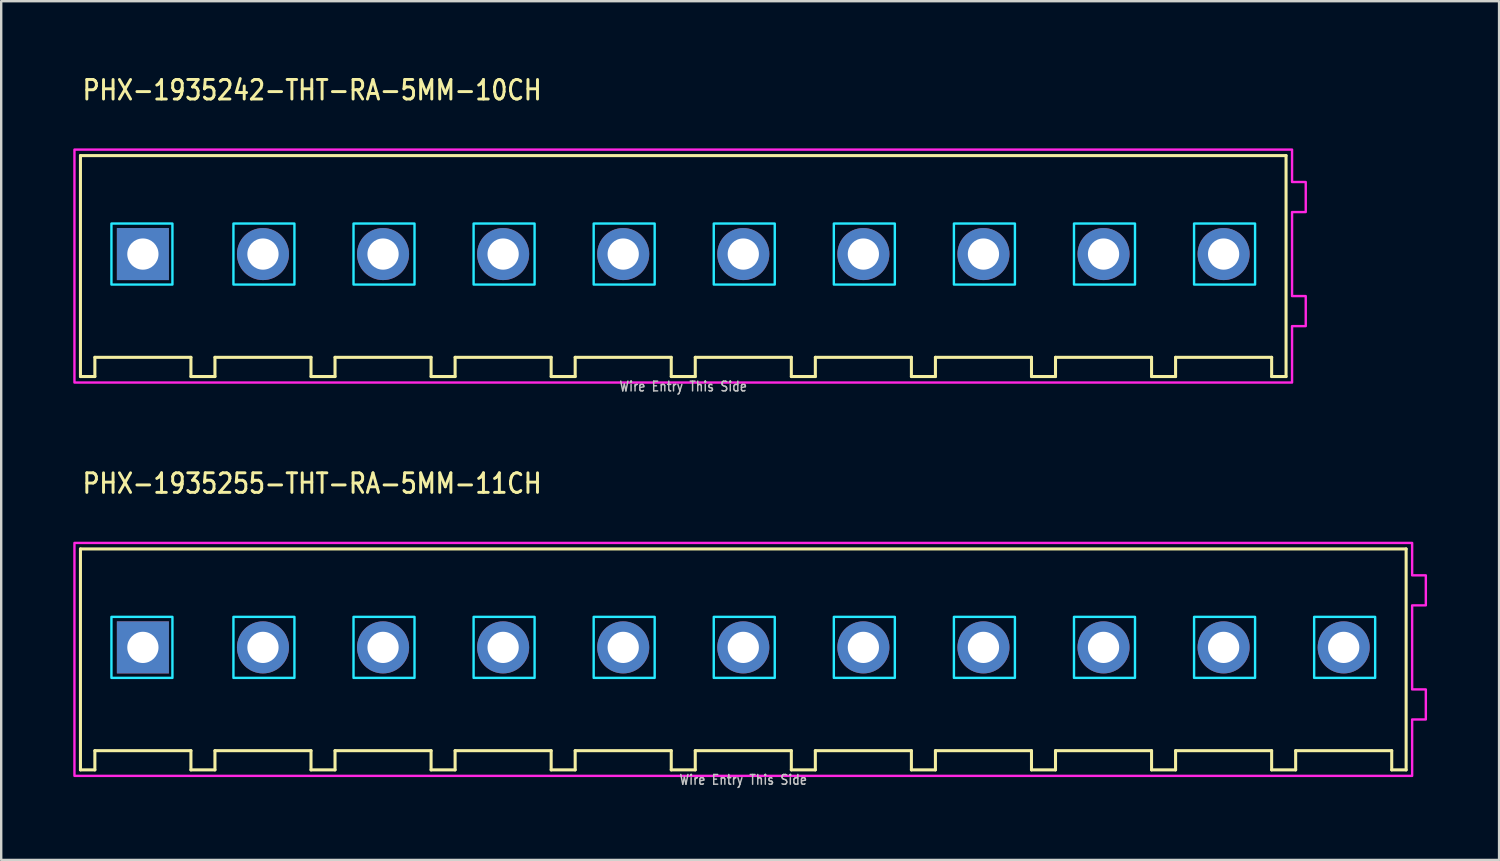
<source format=kicad_pcb>
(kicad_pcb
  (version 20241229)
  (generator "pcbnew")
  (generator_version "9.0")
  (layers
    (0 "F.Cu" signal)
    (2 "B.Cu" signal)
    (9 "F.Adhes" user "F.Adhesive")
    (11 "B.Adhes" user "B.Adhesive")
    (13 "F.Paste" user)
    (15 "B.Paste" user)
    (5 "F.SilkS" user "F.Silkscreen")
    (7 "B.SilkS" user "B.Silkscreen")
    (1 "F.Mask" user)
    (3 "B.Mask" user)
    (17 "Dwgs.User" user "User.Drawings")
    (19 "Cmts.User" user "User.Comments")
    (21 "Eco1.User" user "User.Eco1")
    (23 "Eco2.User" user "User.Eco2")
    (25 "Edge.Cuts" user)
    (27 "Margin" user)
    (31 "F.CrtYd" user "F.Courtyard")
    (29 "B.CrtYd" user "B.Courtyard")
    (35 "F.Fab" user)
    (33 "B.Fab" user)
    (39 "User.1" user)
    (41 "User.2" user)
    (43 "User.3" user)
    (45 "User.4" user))
  (footprint "PHX-1935255-THT-RA-5MM-11CH"
    (layer "F.Cu")
    (at 27.9 23.907)
    (property "Reference" "PHX-1935255-THT-RA-5MM-11CH" (at -27.58 -6.35 0) (unlocked yes) (layer "F.SilkS") (effects (font (size 0.813 0.695) (thickness 0.122)) (justify left bottom)))
    (fp_line (start -27.6 -4.1) (end -27.6 5.1) (stroke (width 0.127) (type solid)) (layer "F.SilkS"))
    (fp_line (start -27.6 5.1) (end -27 5.1) (stroke (width 0.127) (type solid)) (layer "F.SilkS"))
    (fp_line (start -27 4.3) (end -23 4.3) (stroke (width 0.127) (type solid)) (layer "F.SilkS"))
    (fp_line (start -27 5.1) (end -27 4.3) (stroke (width 0.127) (type solid)) (layer "F.SilkS"))
    (fp_line (start -23 4.3) (end -23 5.1) (stroke (width 0.127) (type solid)) (layer "F.SilkS"))
    (fp_line (start -23 5.1) (end -22 5.1) (stroke (width 0.127) (type solid)) (layer "F.SilkS"))
    (fp_line (start -22 4.3) (end -18 4.3) (stroke (width 0.127) (type solid)) (layer "F.SilkS"))
    (fp_line (start -22 5.1) (end -22 4.3) (stroke (width 0.127) (type solid)) (layer "F.SilkS"))
    (fp_line (start -18 4.3) (end -18 5.1) (stroke (width 0.127) (type solid)) (layer "F.SilkS"))
    (fp_line (start -18 5.1) (end -17 5.1) (stroke (width 0.127) (type solid)) (layer "F.SilkS"))
    (fp_line (start -17 4.3) (end -13 4.3) (stroke (width 0.127) (type solid)) (layer "F.SilkS"))
    (fp_line (start -17 5.1) (end -17 4.3) (stroke (width 0.127) (type solid)) (layer "F.SilkS"))
    (fp_line (start -13 4.3) (end -13 5.1) (stroke (width 0.127) (type solid)) (layer "F.SilkS"))
    (fp_line (start -13 5.1) (end -12 5.1) (stroke (width 0.127) (type solid)) (layer "F.SilkS"))
    (fp_line (start -12 4.3) (end -8 4.3) (stroke (width 0.127) (type solid)) (layer "F.SilkS"))
    (fp_line (start -12 5.1) (end -12 4.3) (stroke (width 0.127) (type solid)) (layer "F.SilkS"))
    (fp_line (start -8 4.3) (end -8 5.1) (stroke (width 0.127) (type solid)) (layer "F.SilkS"))
    (fp_line (start -8 5.1) (end -7 5.1) (stroke (width 0.127) (type solid)) (layer "F.SilkS"))
    (fp_line (start -7 4.3) (end -3 4.3) (stroke (width 0.127) (type solid)) (layer "F.SilkS"))
    (fp_line (start -7 5.1) (end -7 4.3) (stroke (width 0.127) (type solid)) (layer "F.SilkS"))
    (fp_line (start -3 4.3) (end -3 5.1) (stroke (width 0.127) (type solid)) (layer "F.SilkS"))
    (fp_line (start -3 5.1) (end -2 5.1) (stroke (width 0.127) (type solid)) (layer "F.SilkS"))
    (fp_line (start -2 4.3) (end 2 4.3) (stroke (width 0.127) (type solid)) (layer "F.SilkS"))
    (fp_line (start -2 5.1) (end -2 4.3) (stroke (width 0.127) (type solid)) (layer "F.SilkS"))
    (fp_line (start 2 4.3) (end 2 5.1) (stroke (width 0.127) (type solid)) (layer "F.SilkS"))
    (fp_line (start 2 5.1) (end 3 5.1) (stroke (width 0.127) (type solid)) (layer "F.SilkS"))
    (fp_line (start 3 4.3) (end 7 4.3) (stroke (width 0.127) (type solid)) (layer "F.SilkS"))
    (fp_line (start 3 5.1) (end 3 4.3) (stroke (width 0.127) (type solid)) (layer "F.SilkS"))
    (fp_line (start 7 4.3) (end 7 5.1) (stroke (width 0.127) (type solid)) (layer "F.SilkS"))
    (fp_line (start 7 5.1) (end 8 5.1) (stroke (width 0.127) (type solid)) (layer "F.SilkS"))
    (fp_line (start 8 4.3) (end 12 4.3) (stroke (width 0.127) (type solid)) (layer "F.SilkS"))
    (fp_line (start 8 5.1) (end 8 4.3) (stroke (width 0.127) (type solid)) (layer "F.SilkS"))
    (fp_line (start 12 4.3) (end 12 5.1) (stroke (width 0.127) (type solid)) (layer "F.SilkS"))
    (fp_line (start 12 5.1) (end 13 5.1) (stroke (width 0.127) (type solid)) (layer "F.SilkS"))
    (fp_line (start 13 4.3) (end 17 4.3) (stroke (width 0.127) (type solid)) (layer "F.SilkS"))
    (fp_line (start 13 5.1) (end 13 4.3) (stroke (width 0.127) (type solid)) (layer "F.SilkS"))
    (fp_line (start 17 4.3) (end 17 5.1) (stroke (width 0.127) (type solid)) (layer "F.SilkS"))
    (fp_line (start 17 5.1) (end 18 5.1) (stroke (width 0.127) (type solid)) (layer "F.SilkS"))
    (fp_line (start 18 4.3) (end 22 4.3) (stroke (width 0.127) (type solid)) (layer "F.SilkS"))
    (fp_line (start 18 5.1) (end 18 4.3) (stroke (width 0.127) (type solid)) (layer "F.SilkS"))
    (fp_line (start 22 4.3) (end 22 5.1) (stroke (width 0.127) (type solid)) (layer "F.SilkS"))
    (fp_line (start 22 5.1) (end 23 5.1) (stroke (width 0.127) (type solid)) (layer "F.SilkS"))
    (fp_line (start 23 4.3) (end 27 4.3) (stroke (width 0.127) (type solid)) (layer "F.SilkS"))
    (fp_line (start 23 5.1) (end 23 4.3) (stroke (width 0.127) (type solid)) (layer "F.SilkS"))
    (fp_line (start 27 4.3) (end 27 5.1) (stroke (width 0.127) (type solid)) (layer "F.SilkS"))
    (fp_line (start 27 5.1) (end 27.6 5.1) (stroke (width 0.127) (type solid)) (layer "F.SilkS"))
    (fp_line (start 27.6 -4.1) (end -27.6 -4.1) (stroke (width 0.127) (type solid)) (layer "F.SilkS"))
    (fp_line (start 27.6 5.1) (end 27.6 -4.1) (stroke (width 0.127) (type solid)) (layer "F.SilkS"))
    (fp_poly (pts (xy -26.31 -1.27) (xy -23.77 -1.27) (xy -23.77 1.27) (xy -26.31 1.27)) (stroke (width 0.1) (type solid)) (fill no) (layer "B.CrtYd"))
    (fp_poly (pts (xy -21.23 -1.27) (xy -18.69 -1.27) (xy -18.69 1.27) (xy -21.23 1.27)) (stroke (width 0.1) (type solid)) (fill no) (layer "B.CrtYd"))
    (fp_poly (pts (xy -16.23 -1.27) (xy -13.69 -1.27) (xy -13.69 1.27) (xy -16.23 1.27)) (stroke (width 0.1) (type solid)) (fill no) (layer "B.CrtYd"))
    (fp_poly (pts (xy -11.23 -1.27) (xy -8.69 -1.27) (xy -8.69 1.27) (xy -11.23 1.27)) (stroke (width 0.1) (type solid)) (fill no) (layer "B.CrtYd"))
    (fp_poly (pts (xy -6.23 -1.27) (xy -3.69 -1.27) (xy -3.69 1.27) (xy -6.23 1.27)) (stroke (width 0.1) (type solid)) (fill no) (layer "B.CrtYd"))
    (fp_poly (pts (xy -1.23 -1.27) (xy 1.31 -1.27) (xy 1.31 1.27) (xy -1.23 1.27)) (stroke (width 0.1) (type solid)) (fill no) (layer "B.CrtYd"))
    (fp_poly (pts (xy 3.77 -1.27) (xy 6.31 -1.27) (xy 6.31 1.27) (xy 3.77 1.27)) (stroke (width 0.1) (type solid)) (fill no) (layer "B.CrtYd"))
    (fp_poly (pts (xy 8.77 -1.27) (xy 11.31 -1.27) (xy 11.31 1.27) (xy 8.77 1.27)) (stroke (width 0.1) (type solid)) (fill no) (layer "B.CrtYd"))
    (fp_poly (pts (xy 13.77 -1.27) (xy 16.31 -1.27) (xy 16.31 1.27) (xy 13.77 1.27)) (stroke (width 0.1) (type solid)) (fill no) (layer "B.CrtYd"))
    (fp_poly (pts (xy 18.77 -1.27) (xy 21.31 -1.27) (xy 21.31 1.27) (xy 18.77 1.27)) (stroke (width 0.1) (type solid)) (fill no) (layer "B.CrtYd"))
    (fp_poly (pts (xy 23.77 -1.27) (xy 26.31 -1.27) (xy 26.31 1.27) (xy 23.77 1.27)) (stroke (width 0.1) (type solid)) (fill no) (layer "B.CrtYd"))
    (fp_poly (pts (xy -27.85 -4.35) (xy -27.85 5.35) (xy 27.85 5.35) (xy 27.85 3) (xy 28.42 3) (xy 28.42 1.75) (xy 27.85 1.75) (xy 27.85 -1.75) (xy 28.42 -1.75) (xy 28.42 -3) (xy 27.85 -3) (xy 27.85 -4.35)) (stroke (width 0.1) (type solid)) (fill no) (layer "F.CrtYd"))
    (fp_text user "Wire Entry This Side" (at 0 5.75 0) (unlocked yes) (layer "Dwgs.User") (effects (font (size 0.406 0.347) (thickness 0.061)) (justify bottom)))
    (pad "1" thru_hole rect (at -25 0) (size 2.167 2.167) (drill 1.3) (layers "*.Cu" "*.Mask"))
    (pad "2" thru_hole oval (at -20 0) (size 2.167 2.167) (drill 1.3) (layers "*.Cu" "*.Mask"))
    (pad "3" thru_hole oval (at -15 0) (size 2.167 2.167) (drill 1.3) (layers "*.Cu" "*.Mask"))
    (pad "4" thru_hole oval (at -10 0) (size 2.167 2.167) (drill 1.3) (layers "*.Cu" "*.Mask"))
    (pad "5" thru_hole oval (at -5 0) (size 2.167 2.167) (drill 1.3) (layers "*.Cu" "*.Mask"))
    (pad "6" thru_hole oval (at 0 0) (size 2.167 2.167) (drill 1.3) (layers "*.Cu" "*.Mask"))
    (pad "7" thru_hole oval (at 5 0) (size 2.167 2.167) (drill 1.3) (layers "*.Cu" "*.Mask"))
    (pad "8" thru_hole oval (at 10 0) (size 2.167 2.167) (drill 1.3) (layers "*.Cu" "*.Mask"))
    (pad "9" thru_hole oval (at 15 0) (size 2.167 2.167) (drill 1.3) (layers "*.Cu" "*.Mask"))
    (pad "10" thru_hole oval (at 20 0) (size 2.167 2.167) (drill 1.3) (layers "*.Cu" "*.Mask"))
    (pad "11" thru_hole oval (at 25 0) (size 2.167 2.167) (drill 1.3) (layers "*.Cu" "*.Mask")))
  (footprint "PHX-1935242-THT-RA-5MM-10CH"
    (layer "F.Cu")
    (at 25.4 7.529)
    (property "Reference" "PHX-1935242-THT-RA-5MM-10CH" (at -25.08 -6.35 0) (unlocked yes) (layer "F.SilkS") (effects (font (size 0.813 0.695) (thickness 0.122)) (justify left bottom)))
    (fp_line (start -25.1 -4.1) (end -25.1 5.1) (stroke (width 0.127) (type solid)) (layer "F.SilkS"))
    (fp_line (start -25.1 5.1) (end -24.5 5.1) (stroke (width 0.127) (type solid)) (layer "F.SilkS"))
    (fp_line (start -24.5 4.3) (end -20.5 4.3) (stroke (width 0.127) (type solid)) (layer "F.SilkS"))
    (fp_line (start -24.5 5.1) (end -24.5 4.3) (stroke (width 0.127) (type solid)) (layer "F.SilkS"))
    (fp_line (start -20.5 4.3) (end -20.5 5.1) (stroke (width 0.127) (type solid)) (layer "F.SilkS"))
    (fp_line (start -20.5 5.1) (end -19.5 5.1) (stroke (width 0.127) (type solid)) (layer "F.SilkS"))
    (fp_line (start -19.5 4.3) (end -15.5 4.3) (stroke (width 0.127) (type solid)) (layer "F.SilkS"))
    (fp_line (start -19.5 5.1) (end -19.5 4.3) (stroke (width 0.127) (type solid)) (layer "F.SilkS"))
    (fp_line (start -15.5 4.3) (end -15.5 5.1) (stroke (width 0.127) (type solid)) (layer "F.SilkS"))
    (fp_line (start -15.5 5.1) (end -14.5 5.1) (stroke (width 0.127) (type solid)) (layer "F.SilkS"))
    (fp_line (start -14.5 4.3) (end -10.5 4.3) (stroke (width 0.127) (type solid)) (layer "F.SilkS"))
    (fp_line (start -14.5 5.1) (end -14.5 4.3) (stroke (width 0.127) (type solid)) (layer "F.SilkS"))
    (fp_line (start -10.5 4.3) (end -10.5 5.1) (stroke (width 0.127) (type solid)) (layer "F.SilkS"))
    (fp_line (start -10.5 5.1) (end -9.5 5.1) (stroke (width 0.127) (type solid)) (layer "F.SilkS"))
    (fp_line (start -9.5 4.3) (end -5.5 4.3) (stroke (width 0.127) (type solid)) (layer "F.SilkS"))
    (fp_line (start -9.5 5.1) (end -9.5 4.3) (stroke (width 0.127) (type solid)) (layer "F.SilkS"))
    (fp_line (start -5.5 4.3) (end -5.5 5.1) (stroke (width 0.127) (type solid)) (layer "F.SilkS"))
    (fp_line (start -5.5 5.1) (end -4.5 5.1) (stroke (width 0.127) (type solid)) (layer "F.SilkS"))
    (fp_line (start -4.5 4.3) (end -0.5 4.3) (stroke (width 0.127) (type solid)) (layer "F.SilkS"))
    (fp_line (start -4.5 5.1) (end -4.5 4.3) (stroke (width 0.127) (type solid)) (layer "F.SilkS"))
    (fp_line (start -0.5 4.3) (end -0.5 5.1) (stroke (width 0.127) (type solid)) (layer "F.SilkS"))
    (fp_line (start -0.5 5.1) (end 0.5 5.1) (stroke (width 0.127) (type solid)) (layer "F.SilkS"))
    (fp_line (start 0.5 4.3) (end 4.5 4.3) (stroke (width 0.127) (type solid)) (layer "F.SilkS"))
    (fp_line (start 0.5 5.1) (end 0.5 4.3) (stroke (width 0.127) (type solid)) (layer "F.SilkS"))
    (fp_line (start 4.5 4.3) (end 4.5 5.1) (stroke (width 0.127) (type solid)) (layer "F.SilkS"))
    (fp_line (start 4.5 5.1) (end 5.5 5.1) (stroke (width 0.127) (type solid)) (layer "F.SilkS"))
    (fp_line (start 5.5 4.3) (end 9.5 4.3) (stroke (width 0.127) (type solid)) (layer "F.SilkS"))
    (fp_line (start 5.5 5.1) (end 5.5 4.3) (stroke (width 0.127) (type solid)) (layer "F.SilkS"))
    (fp_line (start 9.5 4.3) (end 9.5 5.1) (stroke (width 0.127) (type solid)) (layer "F.SilkS"))
    (fp_line (start 9.5 5.1) (end 10.5 5.1) (stroke (width 0.127) (type solid)) (layer "F.SilkS"))
    (fp_line (start 10.5 4.3) (end 14.5 4.3) (stroke (width 0.127) (type solid)) (layer "F.SilkS"))
    (fp_line (start 10.5 5.1) (end 10.5 4.3) (stroke (width 0.127) (type solid)) (layer "F.SilkS"))
    (fp_line (start 14.5 4.3) (end 14.5 5.1) (stroke (width 0.127) (type solid)) (layer "F.SilkS"))
    (fp_line (start 14.5 5.1) (end 15.5 5.1) (stroke (width 0.127) (type solid)) (layer "F.SilkS"))
    (fp_line (start 15.5 4.3) (end 19.5 4.3) (stroke (width 0.127) (type solid)) (layer "F.SilkS"))
    (fp_line (start 15.5 5.1) (end 15.5 4.3) (stroke (width 0.127) (type solid)) (layer "F.SilkS"))
    (fp_line (start 19.5 4.3) (end 19.5 5.1) (stroke (width 0.127) (type solid)) (layer "F.SilkS"))
    (fp_line (start 19.5 5.1) (end 20.5 5.1) (stroke (width 0.127) (type solid)) (layer "F.SilkS"))
    (fp_line (start 20.5 4.3) (end 24.5 4.3) (stroke (width 0.127) (type solid)) (layer "F.SilkS"))
    (fp_line (start 20.5 5.1) (end 20.5 4.3) (stroke (width 0.127) (type solid)) (layer "F.SilkS"))
    (fp_line (start 24.5 4.3) (end 24.5 5.1) (stroke (width 0.127) (type solid)) (layer "F.SilkS"))
    (fp_line (start 24.5 5.1) (end 25.1 5.1) (stroke (width 0.127) (type solid)) (layer "F.SilkS"))
    (fp_line (start 25.1 -4.1) (end -25.1 -4.1) (stroke (width 0.127) (type solid)) (layer "F.SilkS"))
    (fp_line (start 25.1 5.1) (end 25.1 -4.1) (stroke (width 0.127) (type solid)) (layer "F.SilkS"))
    (fp_poly (pts (xy -23.81 -1.27) (xy -21.27 -1.27) (xy -21.27 1.27) (xy -23.81 1.27)) (stroke (width 0.1) (type solid)) (fill no) (layer "B.CrtYd"))
    (fp_poly (pts (xy -18.73 -1.27) (xy -16.19 -1.27) (xy -16.19 1.27) (xy -18.73 1.27)) (stroke (width 0.1) (type solid)) (fill no) (layer "B.CrtYd"))
    (fp_poly (pts (xy -13.73 -1.27) (xy -11.19 -1.27) (xy -11.19 1.27) (xy -13.73 1.27)) (stroke (width 0.1) (type solid)) (fill no) (layer "B.CrtYd"))
    (fp_poly (pts (xy -8.73 -1.27) (xy -6.19 -1.27) (xy -6.19 1.27) (xy -8.73 1.27)) (stroke (width 0.1) (type solid)) (fill no) (layer "B.CrtYd"))
    (fp_poly (pts (xy -3.73 -1.27) (xy -1.19 -1.27) (xy -1.19 1.27) (xy -3.73 1.27)) (stroke (width 0.1) (type solid)) (fill no) (layer "B.CrtYd"))
    (fp_poly (pts (xy 1.27 -1.27) (xy 3.81 -1.27) (xy 3.81 1.27) (xy 1.27 1.27)) (stroke (width 0.1) (type solid)) (fill no) (layer "B.CrtYd"))
    (fp_poly (pts (xy 6.27 -1.27) (xy 8.81 -1.27) (xy 8.81 1.27) (xy 6.27 1.27)) (stroke (width 0.1) (type solid)) (fill no) (layer "B.CrtYd"))
    (fp_poly (pts (xy 11.27 -1.27) (xy 13.81 -1.27) (xy 13.81 1.27) (xy 11.27 1.27)) (stroke (width 0.1) (type solid)) (fill no) (layer "B.CrtYd"))
    (fp_poly (pts (xy 16.27 -1.27) (xy 18.81 -1.27) (xy 18.81 1.27) (xy 16.27 1.27)) (stroke (width 0.1) (type solid)) (fill no) (layer "B.CrtYd"))
    (fp_poly (pts (xy 21.27 -1.27) (xy 23.81 -1.27) (xy 23.81 1.27) (xy 21.27 1.27)) (stroke (width 0.1) (type solid)) (fill no) (layer "B.CrtYd"))
    (fp_poly (pts (xy -25.35 -4.35) (xy -25.35 5.35) (xy 25.35 5.35) (xy 25.35 3) (xy 25.92 3) (xy 25.92 1.75) (xy 25.35 1.75) (xy 25.35 -1.75) (xy 25.92 -1.75) (xy 25.92 -3) (xy 25.35 -3) (xy 25.35 -4.35)) (stroke (width 0.1) (type solid)) (fill no) (layer "F.CrtYd"))
    (fp_text user "Wire Entry This Side" (at 0 5.75 0) (unlocked yes) (layer "Dwgs.User") (effects (font (size 0.406 0.347) (thickness 0.061)) (justify bottom)))
    (pad "1" thru_hole rect (at -22.5 0) (size 2.167 2.167) (drill 1.3) (layers "*.Cu" "*.Mask"))
    (pad "2" thru_hole oval (at -17.5 0) (size 2.167 2.167) (drill 1.3) (layers "*.Cu" "*.Mask"))
    (pad "3" thru_hole oval (at -12.5 0) (size 2.167 2.167) (drill 1.3) (layers "*.Cu" "*.Mask"))
    (pad "4" thru_hole oval (at -7.5 0) (size 2.167 2.167) (drill 1.3) (layers "*.Cu" "*.Mask"))
    (pad "5" thru_hole oval (at -2.5 0) (size 2.167 2.167) (drill 1.3) (layers "*.Cu" "*.Mask"))
    (pad "6" thru_hole oval (at 2.5 0) (size 2.167 2.167) (drill 1.3) (layers "*.Cu" "*.Mask"))
    (pad "7" thru_hole oval (at 7.5 0) (size 2.167 2.167) (drill 1.3) (layers "*.Cu" "*.Mask"))
    (pad "8" thru_hole oval (at 12.5 0) (size 2.167 2.167) (drill 1.3) (layers "*.Cu" "*.Mask"))
    (pad "9" thru_hole oval (at 17.5 0) (size 2.167 2.167) (drill 1.3) (layers "*.Cu" "*.Mask"))
    (pad "10" thru_hole oval (at 22.5 0) (size 2.167 2.167) (drill 1.3) (layers "*.Cu" "*.Mask")))
  (gr_rect
    (start -3 -3)
    (end 59.37 32.757)
    (stroke (width 0.1) (type default))
    (fill no)
    (layer "Edge.Cuts")))
</source>
